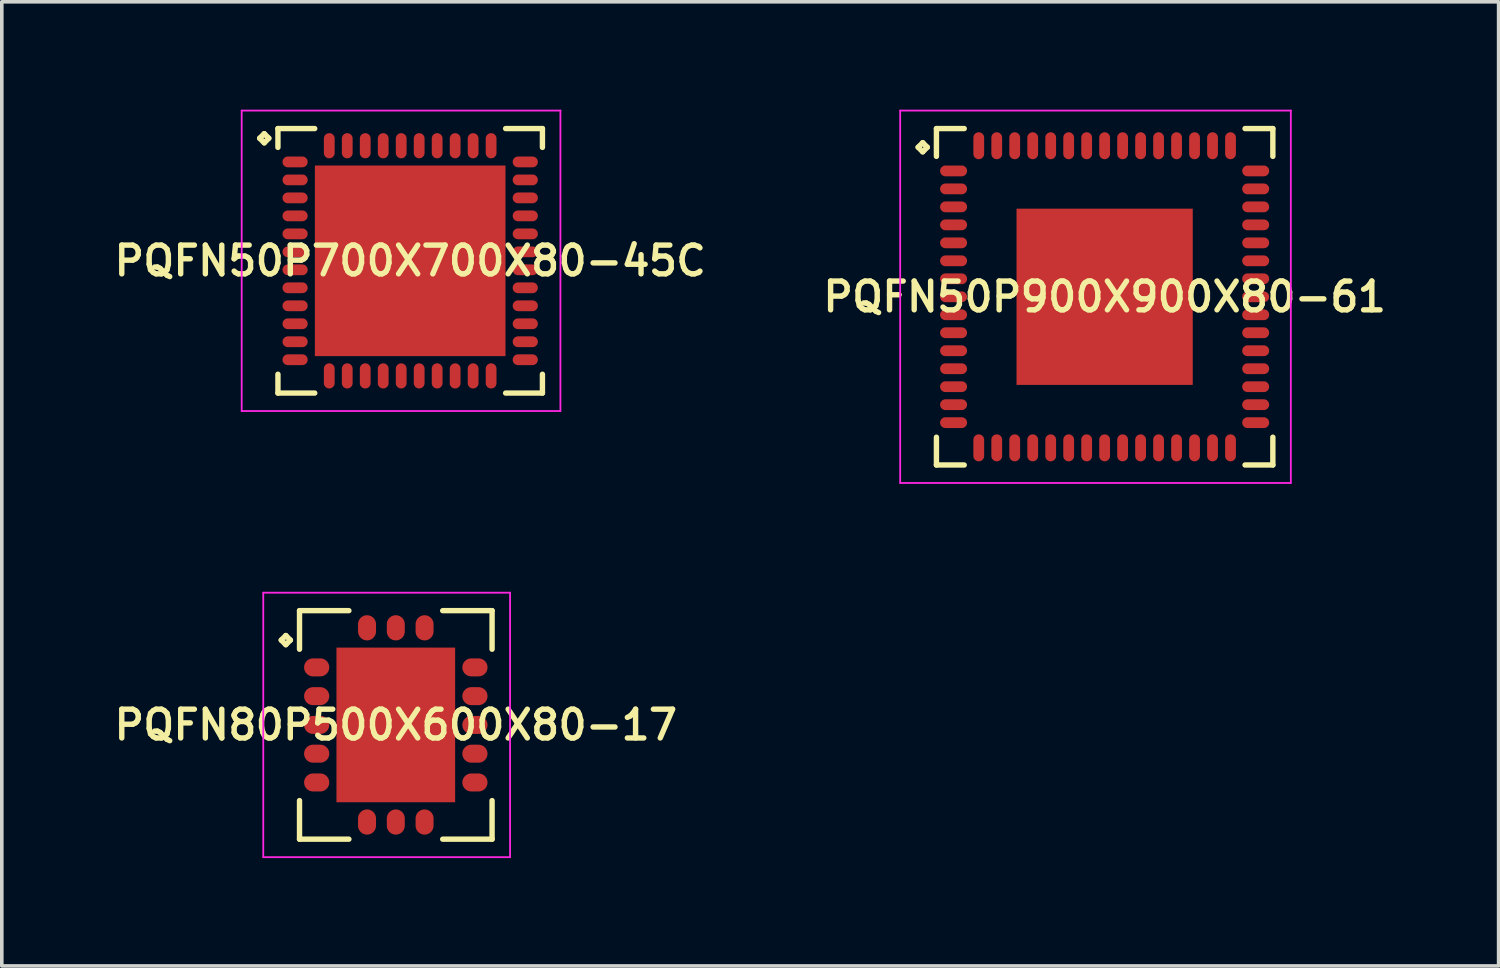
<source format=kicad_pcb>
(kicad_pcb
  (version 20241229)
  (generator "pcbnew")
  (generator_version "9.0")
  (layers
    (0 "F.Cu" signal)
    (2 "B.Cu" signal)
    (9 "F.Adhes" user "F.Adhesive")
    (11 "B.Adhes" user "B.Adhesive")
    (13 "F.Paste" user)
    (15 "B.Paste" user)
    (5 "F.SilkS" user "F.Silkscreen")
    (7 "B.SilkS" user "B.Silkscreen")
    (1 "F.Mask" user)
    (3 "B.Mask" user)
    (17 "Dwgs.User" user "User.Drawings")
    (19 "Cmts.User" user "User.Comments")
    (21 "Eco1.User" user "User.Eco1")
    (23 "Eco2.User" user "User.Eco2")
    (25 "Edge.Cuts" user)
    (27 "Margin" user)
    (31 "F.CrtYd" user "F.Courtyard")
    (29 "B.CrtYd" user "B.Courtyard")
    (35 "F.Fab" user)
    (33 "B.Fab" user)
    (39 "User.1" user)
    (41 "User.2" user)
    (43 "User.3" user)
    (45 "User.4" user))
  (footprint "PQFN50P700X700X80-45C"
    (layer "F.Cu")
    (at 8.355 4.202)
    (property "Reference" "PQFN50P700X700X80-45C" (at 0 0 0) (layer "F.SilkS") (effects (font (size 0.8 0.8) (thickness 0.15))))
    (attr smd)
    (fp_line (start -4.185 -3.408) (end -4.058 -3.535) (stroke (width 0.15) (type solid)) (layer "F.SilkS"))
    (fp_line (start -4.058 -3.535) (end -3.931 -3.408) (stroke (width 0.15) (type solid)) (layer "F.SilkS"))
    (fp_line (start -4.058 -3.281) (end -4.185 -3.408) (stroke (width 0.15) (type solid)) (layer "F.SilkS"))
    (fp_line (start -3.931 -3.408) (end -4.058 -3.281) (stroke (width 0.15) (type solid)) (layer "F.SilkS"))
    (fp_line (start -3.677 -3.677) (end -2.654 -3.677) (stroke (width 0.15) (type solid)) (layer "F.SilkS"))
    (fp_line (start -3.677 -3.154) (end -3.677 -3.677) (stroke (width 0.15) (type solid)) (layer "F.SilkS"))
    (fp_line (start -3.677 3.154) (end -3.677 3.677) (stroke (width 0.15) (type solid)) (layer "F.SilkS"))
    (fp_line (start -3.677 3.677) (end -2.654 3.677) (stroke (width 0.15) (type solid)) (layer "F.SilkS"))
    (fp_line (start 2.654 -3.677) (end 3.677 -3.677) (stroke (width 0.15) (type solid)) (layer "F.SilkS"))
    (fp_line (start 2.654 3.677) (end 3.677 3.677) (stroke (width 0.15) (type solid)) (layer "F.SilkS"))
    (fp_line (start 3.677 -3.677) (end 3.677 -3.154) (stroke (width 0.15) (type solid)) (layer "F.SilkS"))
    (fp_line (start 3.677 3.677) (end 3.677 3.154) (stroke (width 0.15) (type solid)) (layer "F.SilkS"))
    (fp_line (start -4.685 -4.177) (end 4.177 -4.177) (stroke (width 0.05) (type solid)) (layer "F.CrtYd"))
    (fp_line (start -4.685 4.177) (end -4.685 -4.177) (stroke (width 0.05) (type solid)) (layer "F.CrtYd"))
    (fp_line (start 4.177 -4.177) (end 4.177 4.177) (stroke (width 0.05) (type solid)) (layer "F.CrtYd"))
    (fp_line (start 4.177 4.177) (end -4.685 4.177) (stroke (width 0.05) (type solid)) (layer "F.CrtYd"))
    (pad "1" smd oval (at -3.2 -2.75) (size 0.7 0.3) (layers "F.Cu" "F.Mask" "F.Paste"))
    (pad "2" smd oval (at -3.2 -2.25) (size 0.7 0.3) (layers "F.Cu" "F.Mask" "F.Paste"))
    (pad "3" smd oval (at -3.2 -1.75) (size 0.7 0.3) (layers "F.Cu" "F.Mask" "F.Paste"))
    (pad "4" smd oval (at -3.2 -1.25) (size 0.7 0.3) (layers "F.Cu" "F.Mask" "F.Paste"))
    (pad "5" smd oval (at -3.2 -0.75) (size 0.7 0.3) (layers "F.Cu" "F.Mask" "F.Paste"))
    (pad "6" smd oval (at -3.2 -0.25) (size 0.7 0.3) (layers "F.Cu" "F.Mask" "F.Paste"))
    (pad "7" smd oval (at -3.2 0.25) (size 0.7 0.3) (layers "F.Cu" "F.Mask" "F.Paste"))
    (pad "8" smd oval (at -3.2 0.75) (size 0.7 0.3) (layers "F.Cu" "F.Mask" "F.Paste"))
    (pad "9" smd oval (at -3.2 1.25) (size 0.7 0.3) (layers "F.Cu" "F.Mask" "F.Paste"))
    (pad "10" smd oval (at -3.2 1.75) (size 0.7 0.3) (layers "F.Cu" "F.Mask" "F.Paste"))
    (pad "11" smd oval (at -3.2 2.25) (size 0.7 0.3) (layers "F.Cu" "F.Mask" "F.Paste"))
    (pad "12" smd oval (at -3.2 2.75) (size 0.7 0.3) (layers "F.Cu" "F.Mask" "F.Paste"))
    (pad "13" smd oval (at -2.25 3.2) (size 0.3 0.7) (layers "F.Cu" "F.Mask" "F.Paste"))
    (pad "14" smd oval (at -1.75 3.2) (size 0.3 0.7) (layers "F.Cu" "F.Mask" "F.Paste"))
    (pad "15" smd oval (at -1.25 3.2) (size 0.3 0.7) (layers "F.Cu" "F.Mask" "F.Paste"))
    (pad "16" smd oval (at -0.75 3.2) (size 0.3 0.7) (layers "F.Cu" "F.Mask" "F.Paste"))
    (pad "17" smd oval (at -0.25 3.2) (size 0.3 0.7) (layers "F.Cu" "F.Mask" "F.Paste"))
    (pad "18" smd oval (at 0.25 3.2) (size 0.3 0.7) (layers "F.Cu" "F.Mask" "F.Paste"))
    (pad "19" smd oval (at 0.75 3.2) (size 0.3 0.7) (layers "F.Cu" "F.Mask" "F.Paste"))
    (pad "20" smd oval (at 1.25 3.2) (size 0.3 0.7) (layers "F.Cu" "F.Mask" "F.Paste"))
    (pad "21" smd oval (at 1.75 3.2) (size 0.3 0.7) (layers "F.Cu" "F.Mask" "F.Paste"))
    (pad "22" smd oval (at 2.25 3.2) (size 0.3 0.7) (layers "F.Cu" "F.Mask" "F.Paste"))
    (pad "23" smd oval (at 3.2 2.75) (size 0.7 0.3) (layers "F.Cu" "F.Mask" "F.Paste"))
    (pad "24" smd oval (at 3.2 2.25) (size 0.7 0.3) (layers "F.Cu" "F.Mask" "F.Paste"))
    (pad "25" smd oval (at 3.2 1.75) (size 0.7 0.3) (layers "F.Cu" "F.Mask" "F.Paste"))
    (pad "26" smd oval (at 3.2 1.25) (size 0.7 0.3) (layers "F.Cu" "F.Mask" "F.Paste"))
    (pad "27" smd oval (at 3.2 0.75) (size 0.7 0.3) (layers "F.Cu" "F.Mask" "F.Paste"))
    (pad "28" smd oval (at 3.2 0.25) (size 0.7 0.3) (layers "F.Cu" "F.Mask" "F.Paste"))
    (pad "29" smd oval (at 3.2 -0.25) (size 0.7 0.3) (layers "F.Cu" "F.Mask" "F.Paste"))
    (pad "30" smd oval (at 3.2 -0.75) (size 0.7 0.3) (layers "F.Cu" "F.Mask" "F.Paste"))
    (pad "31" smd oval (at 3.2 -1.25) (size 0.7 0.3) (layers "F.Cu" "F.Mask" "F.Paste"))
    (pad "32" smd oval (at 3.2 -1.75) (size 0.7 0.3) (layers "F.Cu" "F.Mask" "F.Paste"))
    (pad "33" smd oval (at 3.2 -2.25) (size 0.7 0.3) (layers "F.Cu" "F.Mask" "F.Paste"))
    (pad "34" smd oval (at 3.2 -2.75) (size 0.7 0.3) (layers "F.Cu" "F.Mask" "F.Paste"))
    (pad "35" smd oval (at 2.25 -3.2) (size 0.3 0.7) (layers "F.Cu" "F.Mask" "F.Paste"))
    (pad "36" smd oval (at 1.75 -3.2) (size 0.3 0.7) (layers "F.Cu" "F.Mask" "F.Paste"))
    (pad "37" smd oval (at 1.25 -3.2) (size 0.3 0.7) (layers "F.Cu" "F.Mask" "F.Paste"))
    (pad "38" smd oval (at 0.75 -3.2) (size 0.3 0.7) (layers "F.Cu" "F.Mask" "F.Paste"))
    (pad "39" smd oval (at 0.25 -3.2) (size 0.3 0.7) (layers "F.Cu" "F.Mask" "F.Paste"))
    (pad "40" smd oval (at -0.25 -3.2) (size 0.3 0.7) (layers "F.Cu" "F.Mask" "F.Paste"))
    (pad "41" smd oval (at -0.75 -3.2) (size 0.3 0.7) (layers "F.Cu" "F.Mask" "F.Paste"))
    (pad "42" smd oval (at -1.25 -3.2) (size 0.3 0.7) (layers "F.Cu" "F.Mask" "F.Paste"))
    (pad "43" smd oval (at -1.75 -3.2) (size 0.3 0.7) (layers "F.Cu" "F.Mask" "F.Paste"))
    (pad "44" smd oval (at -2.25 -3.2) (size 0.3 0.7) (layers "F.Cu" "F.Mask" "F.Paste"))
    (pad "45" smd rect (at 0 0) (size 5.3 5.3) (layers "F.Cu" "F.Mask" "F.Paste")))
  (footprint "PQFN80P500X600X80-17"
    (layer "F.Cu")
    (at 7.955 17.106)
    (property "Reference" "PQFN80P500X600X80-17" (at 0 0 0) (layer "F.SilkS") (effects (font (size 0.8 0.8) (thickness 0.15))))
    (attr smd)
    (fp_line (start -3.185 -2.358) (end -3.058 -2.485) (stroke (width 0.15) (type solid)) (layer "F.SilkS"))
    (fp_line (start -3.058 -2.485) (end -2.931 -2.358) (stroke (width 0.15) (type solid)) (layer "F.SilkS"))
    (fp_line (start -3.058 -2.231) (end -3.185 -2.358) (stroke (width 0.15) (type solid)) (layer "F.SilkS"))
    (fp_line (start -2.931 -2.358) (end -3.058 -2.231) (stroke (width 0.15) (type solid)) (layer "F.SilkS"))
    (fp_line (start -2.677 -3.177) (end -1.304 -3.177) (stroke (width 0.15) (type solid)) (layer "F.SilkS"))
    (fp_line (start -2.677 -2.104) (end -2.677 -3.177) (stroke (width 0.15) (type solid)) (layer "F.SilkS"))
    (fp_line (start -2.677 2.104) (end -2.677 3.177) (stroke (width 0.15) (type solid)) (layer "F.SilkS"))
    (fp_line (start -2.677 3.177) (end -1.304 3.177) (stroke (width 0.15) (type solid)) (layer "F.SilkS"))
    (fp_line (start 1.304 -3.177) (end 2.677 -3.177) (stroke (width 0.15) (type solid)) (layer "F.SilkS"))
    (fp_line (start 1.304 3.177) (end 2.677 3.177) (stroke (width 0.15) (type solid)) (layer "F.SilkS"))
    (fp_line (start 2.677 -3.177) (end 2.677 -2.104) (stroke (width 0.15) (type solid)) (layer "F.SilkS"))
    (fp_line (start 2.677 3.177) (end 2.677 2.104) (stroke (width 0.15) (type solid)) (layer "F.SilkS"))
    (fp_line (start -3.685 -3.677) (end 3.177 -3.677) (stroke (width 0.05) (type solid)) (layer "F.CrtYd"))
    (fp_line (start -3.685 3.677) (end -3.685 -3.677) (stroke (width 0.05) (type solid)) (layer "F.CrtYd"))
    (fp_line (start 3.177 -3.677) (end 3.177 3.677) (stroke (width 0.05) (type solid)) (layer "F.CrtYd"))
    (fp_line (start 3.177 3.677) (end -3.685 3.677) (stroke (width 0.05) (type solid)) (layer "F.CrtYd"))
    (pad "1" smd oval (at -2.2 -1.6) (size 0.7 0.5) (layers "F.Cu" "F.Mask" "F.Paste"))
    (pad "2" smd oval (at -2.2 -0.8) (size 0.7 0.5) (layers "F.Cu" "F.Mask" "F.Paste"))
    (pad "3" smd oval (at -2.2 0) (size 0.7 0.5) (layers "F.Cu" "F.Mask" "F.Paste"))
    (pad "4" smd oval (at -2.2 0.8) (size 0.7 0.5) (layers "F.Cu" "F.Mask" "F.Paste"))
    (pad "5" smd oval (at -2.2 1.6) (size 0.7 0.5) (layers "F.Cu" "F.Mask" "F.Paste"))
    (pad "6" smd oval (at -0.8 2.7) (size 0.5 0.7) (layers "F.Cu" "F.Mask" "F.Paste"))
    (pad "7" smd oval (at 0 2.7) (size 0.5 0.7) (layers "F.Cu" "F.Mask" "F.Paste"))
    (pad "8" smd oval (at 0.8 2.7) (size 0.5 0.7) (layers "F.Cu" "F.Mask" "F.Paste"))
    (pad "9" smd oval (at 2.2 1.6) (size 0.7 0.5) (layers "F.Cu" "F.Mask" "F.Paste"))
    (pad "10" smd oval (at 2.2 0.8) (size 0.7 0.5) (layers "F.Cu" "F.Mask" "F.Paste"))
    (pad "11" smd oval (at 2.2 0) (size 0.7 0.5) (layers "F.Cu" "F.Mask" "F.Paste"))
    (pad "12" smd oval (at 2.2 -0.8) (size 0.7 0.5) (layers "F.Cu" "F.Mask" "F.Paste"))
    (pad "13" smd oval (at 2.2 -1.6) (size 0.7 0.5) (layers "F.Cu" "F.Mask" "F.Paste"))
    (pad "14" smd oval (at 0.8 -2.7) (size 0.5 0.7) (layers "F.Cu" "F.Mask" "F.Paste"))
    (pad "15" smd oval (at 0 -2.7) (size 0.5 0.7) (layers "F.Cu" "F.Mask" "F.Paste"))
    (pad "16" smd oval (at -0.8 -2.7) (size 0.5 0.7) (layers "F.Cu" "F.Mask" "F.Paste"))
    (pad "17" smd rect (at 0 0) (size 3.3 4.3) (layers "F.Cu" "F.Mask" "F.Paste")))
  (footprint "PQFN50P900X900X80-61"
    (layer "F.Cu")
    (at 27.664 5.202)
    (property "Reference" "PQFN50P900X900X80-61" (at 0 0 0) (layer "F.SilkS") (effects (font (size 0.8 0.8) (thickness 0.15))))
    (attr smd)
    (fp_line (start -5.185 -4.158) (end -5.058 -4.285) (stroke (width 0.15) (type solid)) (layer "F.SilkS"))
    (fp_line (start -5.058 -4.285) (end -4.931 -4.158) (stroke (width 0.15) (type solid)) (layer "F.SilkS"))
    (fp_line (start -5.058 -4.031) (end -5.185 -4.158) (stroke (width 0.15) (type solid)) (layer "F.SilkS"))
    (fp_line (start -4.931 -4.158) (end -5.058 -4.031) (stroke (width 0.15) (type solid)) (layer "F.SilkS"))
    (fp_line (start -4.677 -4.677) (end -3.904 -4.677) (stroke (width 0.15) (type solid)) (layer "F.SilkS"))
    (fp_line (start -4.677 -3.904) (end -4.677 -4.677) (stroke (width 0.15) (type solid)) (layer "F.SilkS"))
    (fp_line (start -4.677 3.904) (end -4.677 4.677) (stroke (width 0.15) (type solid)) (layer "F.SilkS"))
    (fp_line (start -4.677 4.677) (end -3.904 4.677) (stroke (width 0.15) (type solid)) (layer "F.SilkS"))
    (fp_line (start 3.904 -4.677) (end 4.677 -4.677) (stroke (width 0.15) (type solid)) (layer "F.SilkS"))
    (fp_line (start 3.904 4.677) (end 4.677 4.677) (stroke (width 0.15) (type solid)) (layer "F.SilkS"))
    (fp_line (start 4.677 -4.677) (end 4.677 -3.904) (stroke (width 0.15) (type solid)) (layer "F.SilkS"))
    (fp_line (start 4.677 4.677) (end 4.677 3.904) (stroke (width 0.15) (type solid)) (layer "F.SilkS"))
    (fp_line (start -5.685 -5.177) (end 5.177 -5.177) (stroke (width 0.05) (type solid)) (layer "F.CrtYd"))
    (fp_line (start -5.685 5.177) (end -5.685 -5.177) (stroke (width 0.05) (type solid)) (layer "F.CrtYd"))
    (fp_line (start 5.177 -5.177) (end 5.177 5.177) (stroke (width 0.05) (type solid)) (layer "F.CrtYd"))
    (fp_line (start 5.177 5.177) (end -5.685 5.177) (stroke (width 0.05) (type solid)) (layer "F.CrtYd"))
    (pad "1" smd oval (at -4.2 -3.5) (size 0.75 0.3) (layers "F.Cu" "F.Mask" "F.Paste"))
    (pad "2" smd oval (at -4.2 -3) (size 0.75 0.3) (layers "F.Cu" "F.Mask" "F.Paste"))
    (pad "3" smd oval (at -4.2 -2.5) (size 0.75 0.3) (layers "F.Cu" "F.Mask" "F.Paste"))
    (pad "4" smd oval (at -4.2 -2) (size 0.75 0.3) (layers "F.Cu" "F.Mask" "F.Paste"))
    (pad "5" smd oval (at -4.2 -1.5) (size 0.75 0.3) (layers "F.Cu" "F.Mask" "F.Paste"))
    (pad "6" smd oval (at -4.2 -1) (size 0.75 0.3) (layers "F.Cu" "F.Mask" "F.Paste"))
    (pad "7" smd oval (at -4.2 -0.5) (size 0.75 0.3) (layers "F.Cu" "F.Mask" "F.Paste"))
    (pad "8" smd oval (at -4.2 0) (size 0.75 0.3) (layers "F.Cu" "F.Mask" "F.Paste"))
    (pad "9" smd oval (at -4.2 0.5) (size 0.75 0.3) (layers "F.Cu" "F.Mask" "F.Paste"))
    (pad "10" smd oval (at -4.2 1) (size 0.75 0.3) (layers "F.Cu" "F.Mask" "F.Paste"))
    (pad "11" smd oval (at -4.2 1.5) (size 0.75 0.3) (layers "F.Cu" "F.Mask" "F.Paste"))
    (pad "12" smd oval (at -4.2 2) (size 0.75 0.3) (layers "F.Cu" "F.Mask" "F.Paste"))
    (pad "13" smd oval (at -4.2 2.5) (size 0.75 0.3) (layers "F.Cu" "F.Mask" "F.Paste"))
    (pad "14" smd oval (at -4.2 3) (size 0.75 0.3) (layers "F.Cu" "F.Mask" "F.Paste"))
    (pad "15" smd oval (at -4.2 3.5) (size 0.75 0.3) (layers "F.Cu" "F.Mask" "F.Paste"))
    (pad "16" smd oval (at -3.5 4.2) (size 0.3 0.75) (layers "F.Cu" "F.Mask" "F.Paste"))
    (pad "17" smd oval (at -3 4.2) (size 0.3 0.75) (layers "F.Cu" "F.Mask" "F.Paste"))
    (pad "18" smd oval (at -2.5 4.2) (size 0.3 0.75) (layers "F.Cu" "F.Mask" "F.Paste"))
    (pad "19" smd oval (at -2 4.2) (size 0.3 0.75) (layers "F.Cu" "F.Mask" "F.Paste"))
    (pad "20" smd oval (at -1.5 4.2) (size 0.3 0.75) (layers "F.Cu" "F.Mask" "F.Paste"))
    (pad "21" smd oval (at -1 4.2) (size 0.3 0.75) (layers "F.Cu" "F.Mask" "F.Paste"))
    (pad "22" smd oval (at -0.5 4.2) (size 0.3 0.75) (layers "F.Cu" "F.Mask" "F.Paste"))
    (pad "23" smd oval (at 0 4.2) (size 0.3 0.75) (layers "F.Cu" "F.Mask" "F.Paste"))
    (pad "24" smd oval (at 0.5 4.2) (size 0.3 0.75) (layers "F.Cu" "F.Mask" "F.Paste"))
    (pad "25" smd oval (at 1 4.2) (size 0.3 0.75) (layers "F.Cu" "F.Mask" "F.Paste"))
    (pad "26" smd oval (at 1.5 4.2) (size 0.3 0.75) (layers "F.Cu" "F.Mask" "F.Paste"))
    (pad "27" smd oval (at 2 4.2) (size 0.3 0.75) (layers "F.Cu" "F.Mask" "F.Paste"))
    (pad "28" smd oval (at 2.5 4.2) (size 0.3 0.75) (layers "F.Cu" "F.Mask" "F.Paste"))
    (pad "29" smd oval (at 3 4.2) (size 0.3 0.75) (layers "F.Cu" "F.Mask" "F.Paste"))
    (pad "30" smd oval (at 3.5 4.2) (size 0.3 0.75) (layers "F.Cu" "F.Mask" "F.Paste"))
    (pad "31" smd oval (at 4.2 3.5) (size 0.75 0.3) (layers "F.Cu" "F.Mask" "F.Paste"))
    (pad "32" smd oval (at 4.2 3) (size 0.75 0.3) (layers "F.Cu" "F.Mask" "F.Paste"))
    (pad "33" smd oval (at 4.2 2.5) (size 0.75 0.3) (layers "F.Cu" "F.Mask" "F.Paste"))
    (pad "34" smd oval (at 4.2 2) (size 0.75 0.3) (layers "F.Cu" "F.Mask" "F.Paste"))
    (pad "35" smd oval (at 4.2 1.5) (size 0.75 0.3) (layers "F.Cu" "F.Mask" "F.Paste"))
    (pad "36" smd oval (at 4.2 1) (size 0.75 0.3) (layers "F.Cu" "F.Mask" "F.Paste"))
    (pad "37" smd oval (at 4.2 0.5) (size 0.75 0.3) (layers "F.Cu" "F.Mask" "F.Paste"))
    (pad "38" smd oval (at 4.2 0) (size 0.75 0.3) (layers "F.Cu" "F.Mask" "F.Paste"))
    (pad "39" smd oval (at 4.2 -0.5) (size 0.75 0.3) (layers "F.Cu" "F.Mask" "F.Paste"))
    (pad "40" smd oval (at 4.2 -1) (size 0.75 0.3) (layers "F.Cu" "F.Mask" "F.Paste"))
    (pad "41" smd oval (at 4.2 -1.5) (size 0.75 0.3) (layers "F.Cu" "F.Mask" "F.Paste"))
    (pad "42" smd oval (at 4.2 -2) (size 0.75 0.3) (layers "F.Cu" "F.Mask" "F.Paste"))
    (pad "43" smd oval (at 4.2 -2.5) (size 0.75 0.3) (layers "F.Cu" "F.Mask" "F.Paste"))
    (pad "44" smd oval (at 4.2 -3) (size 0.75 0.3) (layers "F.Cu" "F.Mask" "F.Paste"))
    (pad "45" smd oval (at 4.2 -3.5) (size 0.75 0.3) (layers "F.Cu" "F.Mask" "F.Paste"))
    (pad "46" smd oval (at 3.5 -4.2) (size 0.3 0.75) (layers "F.Cu" "F.Mask" "F.Paste"))
    (pad "47" smd oval (at 3 -4.2) (size 0.3 0.75) (layers "F.Cu" "F.Mask" "F.Paste"))
    (pad "48" smd oval (at 2.5 -4.2) (size 0.3 0.75) (layers "F.Cu" "F.Mask" "F.Paste"))
    (pad "49" smd oval (at 2 -4.2) (size 0.3 0.75) (layers "F.Cu" "F.Mask" "F.Paste"))
    (pad "50" smd oval (at 1.5 -4.2) (size 0.3 0.75) (layers "F.Cu" "F.Mask" "F.Paste"))
    (pad "51" smd oval (at 1 -4.2) (size 0.3 0.75) (layers "F.Cu" "F.Mask" "F.Paste"))
    (pad "52" smd oval (at 0.5 -4.2) (size 0.3 0.75) (layers "F.Cu" "F.Mask" "F.Paste"))
    (pad "53" smd oval (at 0 -4.2) (size 0.3 0.75) (layers "F.Cu" "F.Mask" "F.Paste"))
    (pad "54" smd oval (at -0.5 -4.2) (size 0.3 0.75) (layers "F.Cu" "F.Mask" "F.Paste"))
    (pad "55" smd oval (at -1 -4.2) (size 0.3 0.75) (layers "F.Cu" "F.Mask" "F.Paste"))
    (pad "56" smd oval (at -1.5 -4.2) (size 0.3 0.75) (layers "F.Cu" "F.Mask" "F.Paste"))
    (pad "57" smd oval (at -2 -4.2) (size 0.3 0.75) (layers "F.Cu" "F.Mask" "F.Paste"))
    (pad "58" smd oval (at -2.5 -4.2) (size 0.3 0.75) (layers "F.Cu" "F.Mask" "F.Paste"))
    (pad "59" smd oval (at -3 -4.2) (size 0.3 0.75) (layers "F.Cu" "F.Mask" "F.Paste"))
    (pad "60" smd oval (at -3.5 -4.2) (size 0.3 0.75) (layers "F.Cu" "F.Mask" "F.Paste"))
    (pad "61" smd rect (at 0 0) (size 4.9 4.9) (layers "F.Cu" "F.Mask" "F.Paste")))
  (gr_rect
    (start -3 -3)
    (end 38.618 23.808)
    (stroke (width 0.1) (type default))
    (fill no)
    (layer "Edge.Cuts")))
</source>
